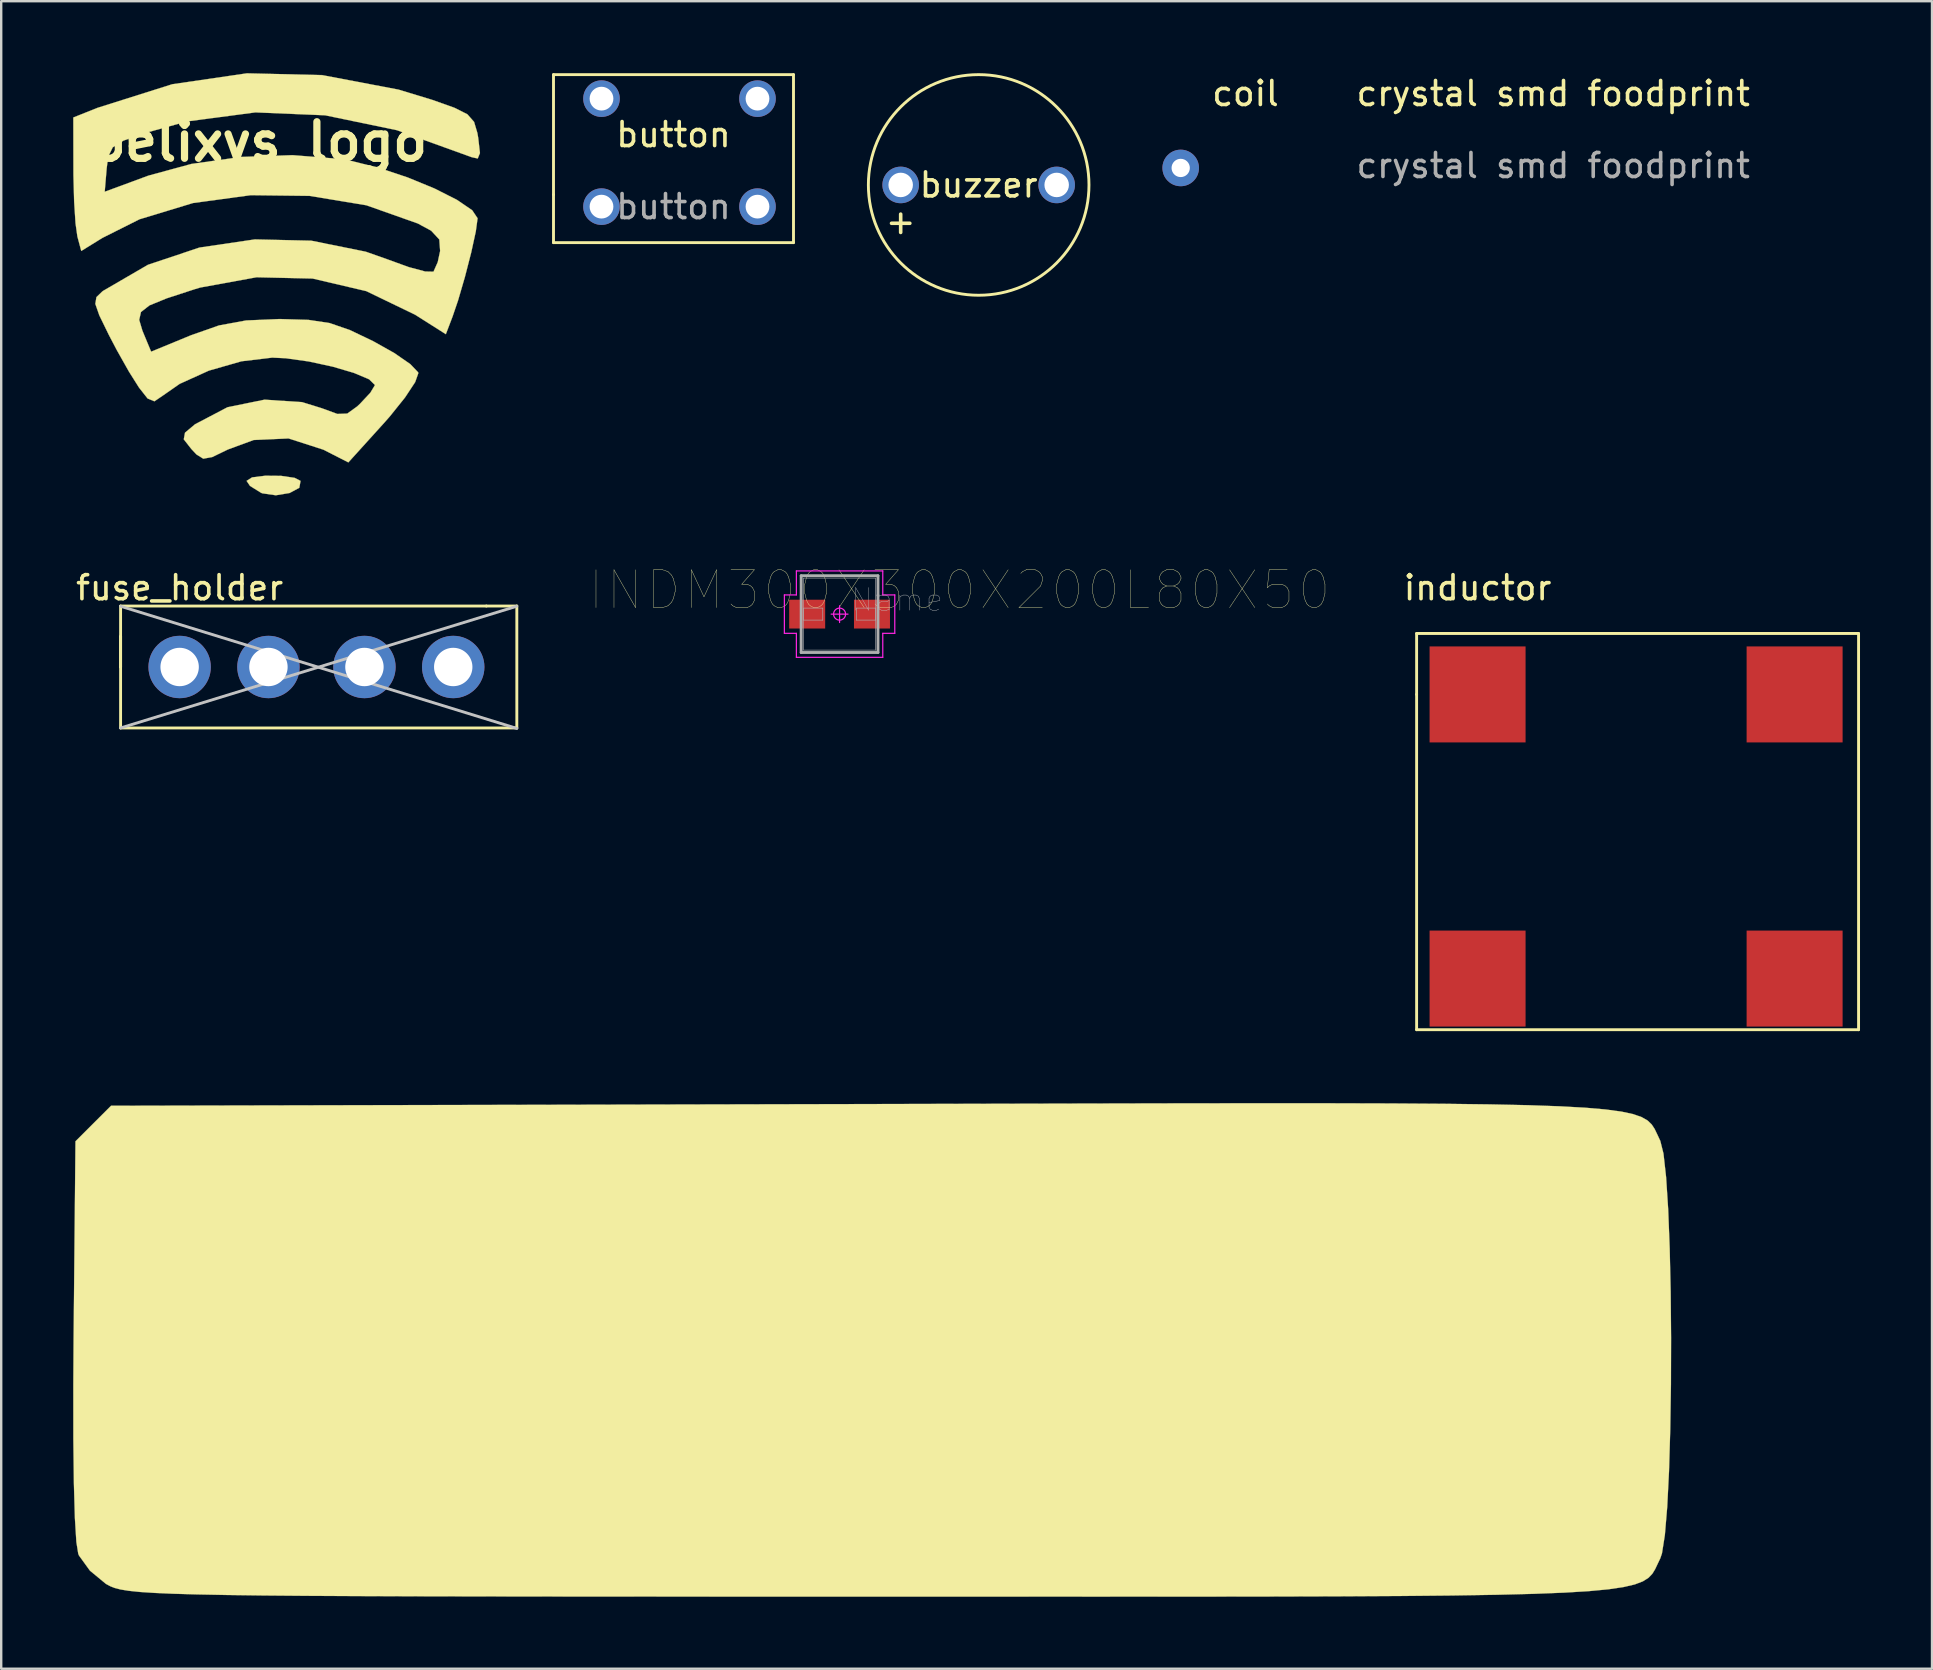
<source format=kicad_pcb>
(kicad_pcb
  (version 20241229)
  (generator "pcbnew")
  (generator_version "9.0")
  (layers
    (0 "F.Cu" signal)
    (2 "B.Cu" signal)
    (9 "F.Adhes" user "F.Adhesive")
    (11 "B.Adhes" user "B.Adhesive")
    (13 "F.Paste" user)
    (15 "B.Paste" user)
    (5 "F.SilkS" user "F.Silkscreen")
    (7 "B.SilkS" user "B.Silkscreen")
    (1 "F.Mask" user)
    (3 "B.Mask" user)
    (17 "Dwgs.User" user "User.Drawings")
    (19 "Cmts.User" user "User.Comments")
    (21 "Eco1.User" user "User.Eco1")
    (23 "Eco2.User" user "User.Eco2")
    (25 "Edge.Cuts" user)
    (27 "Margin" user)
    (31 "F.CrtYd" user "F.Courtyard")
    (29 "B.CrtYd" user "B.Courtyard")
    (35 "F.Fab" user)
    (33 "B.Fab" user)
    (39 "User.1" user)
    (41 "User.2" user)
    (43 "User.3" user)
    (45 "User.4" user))
  (footprint "buzzer"
    (layer "F.Cu")
    (at 34.479 4.656)
    (property "Reference" "buzzer" (at 3.25 0 0) (layer "F.SilkS") (effects (font (size 1 1) (thickness 0.15))))
    (fp_circle (center 3.25 0) (end 6.5 3.25) (stroke (width 0.12) (type solid)) (fill no) (layer "F.SilkS"))
    (fp_text user "+" (at 0 1.524 0) (layer "F.SilkS") (effects (font (size 1 1) (thickness 0.15))))
    (pad "1" thru_hole circle (at 0 0) (size 1.524 1.524) (drill 1.02) (layers "*.Cu" "*.Mask"))
    (pad "2" thru_hole circle (at 6.5 0) (size 1.524 1.524) (drill 1.02) (layers "*.Cu" "*.Mask")))
  (footprint "fuse_holder"
    (layer "F.Cu")
    (at 10.215 24.752)
    (property "Reference" "fuse_holder" (at -5.78 -3.312 0) (layer "F.SilkS") (effects (font (size 1 1) (thickness 0.15))))
    (fp_line (start -8.24 -2.55) (end 7 -2.55) (stroke (width 0.12) (type solid)) (layer "F.SilkS"))
    (fp_line (start -8.24 -1.28) (end -8.24 -2.55) (stroke (width 0.12) (type solid)) (layer "F.SilkS"))
    (fp_line (start -8.24 -0.01) (end -8.24 -1.28) (stroke (width 0.12) (type solid)) (layer "F.SilkS"))
    (fp_line (start -8.24 -0.01) (end -8.24 -1.28) (stroke (width 0.12) (type solid)) (layer "F.SilkS"))
    (fp_line (start -8.24 2.53) (end -8.24 -0.01) (stroke (width 0.12) (type solid)) (layer "F.SilkS"))
    (fp_line (start 7 -2.55) (end 8.27 -2.55) (stroke (width 0.12) (type solid)) (layer "F.SilkS"))
    (fp_line (start 8.27 -2.55) (end 8.27 2.53) (stroke (width 0.12) (type solid)) (layer "F.SilkS"))
    (fp_line (start 8.27 2.53) (end -8.24 2.53) (stroke (width 0.12) (type solid)) (layer "F.SilkS"))
    (fp_line (start -8.24 -2.54) (end 8.27 2.55) (stroke (width 0.12) (type solid)) (layer "Dwgs.User"))
    (fp_line (start 8.26 -2.54) (end -8.24 2.53) (stroke (width 0.12) (type solid)) (layer "Dwgs.User"))
    (pad "1" thru_hole circle (at -5.78 -0.01) (size 2.6 2.6) (drill 1.6) (layers "*.Cu" "*.Mask"))
    (pad "1" thru_hole circle (at -2.08 -0.01) (size 2.6 2.6) (drill 1.6) (layers "*.Cu" "*.Mask"))
    (pad "2" thru_hole circle (at 1.92 -0.01) (size 2.6 2.6) (drill 1.6) (layers "*.Cu" "*.Mask"))
    (pad "2" thru_hole circle (at 5.62 -0.01) (size 2.6 2.6) (drill 1.6) (layers "*.Cu" "*.Mask")))
  (footprint "inductor"
    (layer "F.Cu")
    (at 58.517 25.885)
    (property "Reference" "inductor" (at 0 -4.445 0) (layer "F.SilkS") (effects (font (size 1 1) (thickness 0.15))))
    (attr through_hole)
    (fp_line (start -2.54 -2.54) (end 15.875 -2.54) (stroke (width 0.12) (type solid)) (layer "F.SilkS"))
    (fp_line (start -2.54 0) (end -2.54 -2.54) (stroke (width 0.12) (type solid)) (layer "F.SilkS"))
    (fp_line (start -2.54 13.97) (end -2.54 0) (stroke (width 0.12) (type solid)) (layer "F.SilkS"))
    (fp_line (start 15.875 -2.54) (end 15.875 13.97) (stroke (width 0.12) (type solid)) (layer "F.SilkS"))
    (fp_line (start 15.875 13.97) (end -2.54 13.97) (stroke (width 0.12) (type solid)) (layer "F.SilkS"))
    (pad "1" smd rect (at 0 0) (size 4 4) (layers "F.Cu" "F.Mask" "F.Paste"))
    (pad "1" smd rect (at 13.21 0) (size 4 4) (layers "F.Cu" "F.Mask" "F.Paste"))
    (pad "2" smd rect (at 0 11.84) (size 4 4) (layers "F.Cu" "F.Mask" "F.Paste"))
    (pad "2" smd rect (at 13.21 11.84) (size 4 4) (layers "F.Cu" "F.Mask" "F.Paste")))
  (footprint "belixys logo"
    (layer "F.Cu")
    (at 7.759 2.857)
    (property "Reference" "belixys logo" (at 0 0 0) (layer "F.SilkS") (effects (font (size 1.524 1.524) (thickness 0.3))))
    (attr through_hole)
    (fp_poly (pts (xy 0.906 13.921) (xy 1.469 14.004) (xy 1.714 14.131) (xy 1.663 14.417) (xy 1.259 14.635) (xy 0.684 14.73) (xy 0.12 14.648) (xy 0.067 14.626) (xy -0.393 14.339) (xy -0.535 14.13) (xy -0.305 13.984) (xy 0.245 13.915) (xy 0.906 13.921)) (stroke (width 0.01) (type solid)) (fill yes) (layer "F.SilkS"))
    (fp_poly (pts (xy 2.614 -2.777) (xy 5.796 -2.173) (xy 7.191 -1.749) (xy 8.123 -1.418) (xy 8.666 -1.145) (xy 8.945 -0.828) (xy 9.082 -0.366) (xy 9.117 -0.163) (xy 9.189 0.472) (xy 9.097 0.697) (xy 8.85 0.644) (xy 5.729 -0.482) (xy 2.736 -1.103) (xy -0.167 -1.224) (xy -3.024 -0.846) (xy -4.858 -0.339) (xy -5.675 -0.043) (xy -6.111 0.232) (xy -6.3 0.614) (xy -6.364 1.108) (xy -6.446 2.083) (xy -4.627 1.412) (xy -2.832 0.923) (xy -0.756 0.632) (xy 1.38 0.558) (xy 3.355 0.714) (xy 3.786 0.789) (xy 4.964 1.082) (xy 6.172 1.485) (xy 7.298 1.948) (xy 8.233 2.421) (xy 8.867 2.854) (xy 9.091 3.188) (xy 9.017 3.735) (xy 8.826 4.609) (xy 8.564 5.628) (xy 8.278 6.609) (xy 8.048 7.284) (xy 7.768 8.018) (xy 6.491 7.208) (xy 4.452 6.223) (xy 2.217 5.699) (xy -0.121 5.646) (xy -2.467 6.074) (xy -2.712 6.148) (xy -3.864 6.524) (xy -4.58 6.817) (xy -4.935 7.094) (xy -5.009 7.421) (xy -4.878 7.863) (xy -4.839 7.959) (xy -4.512 8.747) (xy -2.857 8.065) (xy -1.687 7.654) (xy -0.553 7.445) (xy 0.822 7.387) (xy 0.867 7.387) (xy 2.039 7.421) (xy 2.926 7.554) (xy 3.776 7.848) (xy 4.741 8.31) (xy 5.62 8.803) (xy 6.286 9.264) (xy 6.611 9.603) (xy 6.623 9.638) (xy 6.49 10.015) (xy 6.066 10.657) (xy 5.434 11.444) (xy 5.204 11.705) (xy 3.706 13.36) (xy 2.666 12.83) (xy 1.215 12.362) (xy -0.241 12.427) (xy -1.316 12.823) (xy -1.967 13.138) (xy -2.339 13.206) (xy -2.627 13.026) (xy -2.836 12.802) (xy -3.152 12.399) (xy -3.1 12.121) (xy -2.682 11.771) (xy -1.331 11.062) (xy 0.216 10.746) (xy 1.774 10.848) (xy 2.593 11.101) (xy 3.248 11.341) (xy 3.66 11.326) (xy 4.071 11.03) (xy 4.189 10.92) (xy 4.622 10.457) (xy 4.812 10.142) (xy 4.813 10.135) (xy 4.571 9.898) (xy 3.938 9.631) (xy 3.055 9.371) (xy 2.06 9.155) (xy 1.094 9.02) (xy 0.535 8.994) (xy -0.748 9.147) (xy -2.106 9.536) (xy -3.322 10.087) (xy -4.039 10.586) (xy -4.375 10.814) (xy -4.659 10.697) (xy -5.017 10.242) (xy -5.435 9.579) (xy -5.946 8.673) (xy -6.278 8.039) (xy -6.672 7.23) (xy -6.837 6.755) (xy -6.791 6.473) (xy -6.551 6.242) (xy -6.513 6.213) (xy -4.646 5.127) (xy -2.498 4.408) (xy -0.189 4.068) (xy 2.161 4.122) (xy 4.432 4.581) (xy 5.341 4.902) (xy 6.224 5.223) (xy 6.908 5.406) (xy 7.25 5.413) (xy 7.256 5.407) (xy 7.431 5.014) (xy 7.53 4.551) (xy 7.496 4.072) (xy 7.158 3.707) (xy 6.601 3.405) (xy 4.455 2.646) (xy 2.09 2.255) (xy -0.361 2.226) (xy -2.768 2.553) (xy -4.997 3.23) (xy -6.546 4.008) (xy -7.423 4.55) (xy -7.585 3.946) (xy -7.662 3.398) (xy -7.72 2.491) (xy -7.749 1.402) (xy -7.75 1.165) (xy -7.754 -1.011) (xy -6.751 -1.412) (xy -3.633 -2.397) (xy -0.52 -2.852) (xy 2.614 -2.777)) (stroke (width 0.01) (type solid)) (fill yes) (layer "F.SilkS")))
  (footprint "iscp_label"
    (layer "F.Cu")
    (at 33.115 53.05)
    (property "Reference" "iscp_label" (at 0 0 0) (layer "F.SilkS") (effects (font (size 1.524 1.524) (thickness 0.3))))
    (attr through_hole)
    (fp_poly (pts (xy 19.185 -10.129) (xy 21.783 -10.122) (xy 24.018 -10.107) (xy 25.917 -10.083) (xy 27.51 -10.049) (xy 28.826 -10.003) (xy 29.892 -9.944) (xy 30.738 -9.871) (xy 31.392 -9.783) (xy 31.882 -9.678) (xy 32.237 -9.554) (xy 32.486 -9.411) (xy 32.657 -9.247) (xy 32.779 -9.061) (xy 32.88 -8.852) (xy 32.989 -8.617) (xy 33.015 -8.565) (xy 33.148 -8.033) (xy 33.257 -7.053) (xy 33.344 -5.709) (xy 33.407 -4.088) (xy 33.448 -2.274) (xy 33.465 -0.354) (xy 33.459 1.588) (xy 33.43 3.466) (xy 33.379 5.194) (xy 33.304 6.688) (xy 33.206 7.86) (xy 33.085 8.627) (xy 33.015 8.832) (xy 32.901 9.071) (xy 32.8 9.285) (xy 32.683 9.476) (xy 32.522 9.644) (xy 32.288 9.791) (xy 31.952 9.919) (xy 31.486 10.028) (xy 30.861 10.121) (xy 30.048 10.198) (xy 29.018 10.261) (xy 27.743 10.311) (xy 26.194 10.35) (xy 24.343 10.38) (xy 22.16 10.401) (xy 19.617 10.415) (xy 16.685 10.423) (xy 13.335 10.427) (xy 9.54 10.428) (xy 5.269 10.427) (xy 0.495 10.426) (xy 0.08 10.426) (xy -4.643 10.426) (xy -8.86 10.425) (xy -12.602 10.423) (xy -15.897 10.419) (xy -18.776 10.414) (xy -21.268 10.405) (xy -23.402 10.394) (xy -25.208 10.379) (xy -26.715 10.359) (xy -27.953 10.335) (xy -28.951 10.307) (xy -29.74 10.272) (xy -30.347 10.232) (xy -30.804 10.184) (xy -31.139 10.13) (xy -31.382 10.068) (xy -31.562 9.998) (xy -31.709 9.92) (xy -31.757 9.892) (xy -32.417 9.346) (xy -32.873 8.717) (xy -32.904 8.644) (xy -32.983 8.151) (xy -33.044 7.162) (xy -33.086 5.714) (xy -33.109 3.846) (xy -33.11 1.595) (xy -33.098 -0.307) (xy -33.02 -8.544) (xy -32.279 -9.285) (xy -31.537 -10.026) (xy -0.254 -10.096) (xy 4.589 -10.108) (xy 8.926 -10.118) (xy 12.785 -10.126) (xy 16.195 -10.13) (xy 19.185 -10.129)) (stroke (width 0.01) (type solid)) (fill yes) (layer "F.SilkS")))
  (footprint "crystal smd foodprint"
    (layer "F.Cu")
    (at 61.669 1.348)
    (property "Reference" "crystal smd foodprint" (at 0 -0.5 0) (unlocked yes) (layer "F.SilkS") (effects (font (size 1 1) (thickness 0.15))))
    (fp_text user "${REFERENCE}" (at 0 2.5 0) (unlocked yes) (layer "F.Fab") (effects (font (size 1 1) (thickness 0.15)))))
  (footprint "coil"
    (layer "F.Cu")
    (at 46.147 3.948)
    (property "Reference" "coil" (at 2.7 -3.1 0) (layer "F.SilkS") (effects (font (size 1 1) (thickness 0.15))))
    (attr through_hole)
    (pad "1" thru_hole circle (at 0 0) (size 1.524 1.524) (drill 0.762) (layers "*.Cu" "*.Mask")))
  (footprint "INDM300X300X200L80X50"
    (layer "F.Cu")
    (at 31.933 22.539)
    (property "Reference" "INDM300X300X200L80X50" (at 5 -1 0) (layer "F.SilkS") (effects (font (size 1.575 1.575) (thickness 0.015))))
    (attr through_hole)
    (fp_line (start -2.3 -0.8) (end -2.3 0.8) (stroke (width 0.05) (type solid)) (layer "F.CrtYd"))
    (fp_line (start -2.3 0.8) (end -1.8 0.8) (stroke (width 0.05) (type solid)) (layer "F.CrtYd"))
    (fp_line (start -1.8 -1.8) (end -1.8 -0.8) (stroke (width 0.05) (type solid)) (layer "F.CrtYd"))
    (fp_line (start -1.8 -0.8) (end -2.3 -0.8) (stroke (width 0.05) (type solid)) (layer "F.CrtYd"))
    (fp_line (start -1.8 0.8) (end -1.8 1.8) (stroke (width 0.05) (type solid)) (layer "F.CrtYd"))
    (fp_line (start -1.8 1.8) (end 1.8 1.8) (stroke (width 0.05) (type solid)) (layer "F.CrtYd"))
    (fp_line (start 0 -0.35) (end 0 0.35) (stroke (width 0.05) (type solid)) (layer "F.CrtYd"))
    (fp_line (start 0.35 0) (end -0.35 0) (stroke (width 0.05) (type solid)) (layer "F.CrtYd"))
    (fp_line (start 1.8 -1.8) (end -1.8 -1.8) (stroke (width 0.05) (type solid)) (layer "F.CrtYd"))
    (fp_line (start 1.8 -0.8) (end 1.8 -1.8) (stroke (width 0.05) (type solid)) (layer "F.CrtYd"))
    (fp_line (start 1.8 0.8) (end 2.3 0.8) (stroke (width 0.05) (type solid)) (layer "F.CrtYd"))
    (fp_line (start 1.8 1.8) (end 1.8 0.8) (stroke (width 0.05) (type solid)) (layer "F.CrtYd"))
    (fp_line (start 2.3 -0.8) (end 1.8 -0.8) (stroke (width 0.05) (type solid)) (layer "F.CrtYd"))
    (fp_line (start 2.3 0.8) (end 2.3 -0.8) (stroke (width 0.05) (type solid)) (layer "F.CrtYd"))
    (fp_circle (center 0 0) (end 0.25 0) (stroke (width 0.05) (type solid)) (fill no) (layer "F.CrtYd"))
    (fp_line (start -1.6 -1.6) (end 1.6 -1.6) (stroke (width 0.12) (type solid)) (layer "F.Fab"))
    (fp_line (start -1.6 1.6) (end -1.6 -1.6) (stroke (width 0.12) (type solid)) (layer "F.Fab"))
    (fp_line (start -1.5 -1.5) (end 1.5 -1.5) (stroke (width 0.025) (type solid)) (layer "F.Fab"))
    (fp_line (start -1.5 -0.25) (end -0.7 -0.25) (stroke (width 0.025) (type solid)) (layer "F.Fab"))
    (fp_line (start -1.5 0.25) (end -1.5 -0.25) (stroke (width 0.025) (type solid)) (layer "F.Fab"))
    (fp_line (start -1.5 1.5) (end -1.5 -1.5) (stroke (width 0.025) (type solid)) (layer "F.Fab"))
    (fp_line (start -0.7 -0.25) (end -0.7 0.25) (stroke (width 0.025) (type solid)) (layer "F.Fab"))
    (fp_line (start -0.7 0.25) (end -1.5 0.25) (stroke (width 0.025) (type solid)) (layer "F.Fab"))
    (fp_line (start 0.7 -0.25) (end 1.5 -0.25) (stroke (width 0.025) (type solid)) (layer "F.Fab"))
    (fp_line (start 0.7 0.25) (end 0.7 -0.25) (stroke (width 0.025) (type solid)) (layer "F.Fab"))
    (fp_line (start 1.5 -1.5) (end 1.5 1.5) (stroke (width 0.025) (type solid)) (layer "F.Fab"))
    (fp_line (start 1.5 -0.25) (end 1.5 0.25) (stroke (width 0.025) (type solid)) (layer "F.Fab"))
    (fp_line (start 1.5 0.25) (end 0.7 0.25) (stroke (width 0.025) (type solid)) (layer "F.Fab"))
    (fp_line (start 1.5 1.5) (end -1.5 1.5) (stroke (width 0.025) (type solid)) (layer "F.Fab"))
    (fp_line (start 1.6 -1.6) (end 1.6 -0.78) (stroke (width 0.12) (type solid)) (layer "F.Fab"))
    (fp_line (start 1.6 -0.78) (end 1.6 1.6) (stroke (width 0.12) (type solid)) (layer "F.Fab"))
    (fp_line (start 1.6 1.6) (end -1.6 1.6) (stroke (width 0.12) (type solid)) (layer "F.Fab"))
    (fp_text user "Name" (at 2.4 -0.6 0) (layer "Dwgs.User") (effects (font (size 0.945 0.945) (thickness 0.015))))
    (pad "1" smd rect (at -1.35 0) (size 1.5 1.2) (layers "F.Cu" "F.Mask" "F.Paste"))
    (pad "2" smd rect (at 1.35 0) (size 1.5 1.2) (layers "F.Cu" "F.Mask" "F.Paste")))
  (footprint "button"
    (layer "F.Cu")
    (at 25.013 3.56)
    (property "Reference" "button" (at 0 -1 0) (unlocked yes) (layer "F.SilkS") (effects (font (size 1 1) (thickness 0.15))))
    (fp_line (start -5 -3.5) (end 5 -3.5) (stroke (width 0.12) (type solid)) (layer "F.SilkS"))
    (fp_line (start -5 1.5) (end -5 -3.5) (stroke (width 0.12) (type solid)) (layer "F.SilkS"))
    (fp_line (start -5 3.5) (end -5 1.5) (stroke (width 0.12) (type solid)) (layer "F.SilkS"))
    (fp_line (start 5 -3.5) (end 5 3.5) (stroke (width 0.12) (type solid)) (layer "F.SilkS"))
    (fp_line (start 5 3.5) (end -5 3.5) (stroke (width 0.12) (type solid)) (layer "F.SilkS"))
    (fp_text user "${REFERENCE}" (at 0 2 0) (unlocked yes) (layer "F.Fab") (effects (font (size 1 1) (thickness 0.15))))
    (pad "1" thru_hole circle (at -3 -2.5) (size 1.524 1.524) (drill 0.99) (layers "*.Cu" "*.Mask"))
    (pad "1" thru_hole circle (at -3 2) (size 1.524 1.524) (drill 0.99) (layers "*.Cu" "*.Mask"))
    (pad "2" thru_hole circle (at 3.5 -2.5) (size 1.524 1.524) (drill 0.99) (layers "*.Cu" "*.Mask"))
    (pad "2" thru_hole circle (at 3.5 2) (size 1.524 1.524) (drill 0.99) (layers "*.Cu" "*.Mask")))
  (gr_rect
    (start -3 -3)
    (end 77.452 66.482)
    (stroke (width 0.1) (type default))
    (fill no)
    (layer "Edge.Cuts")))
</source>
